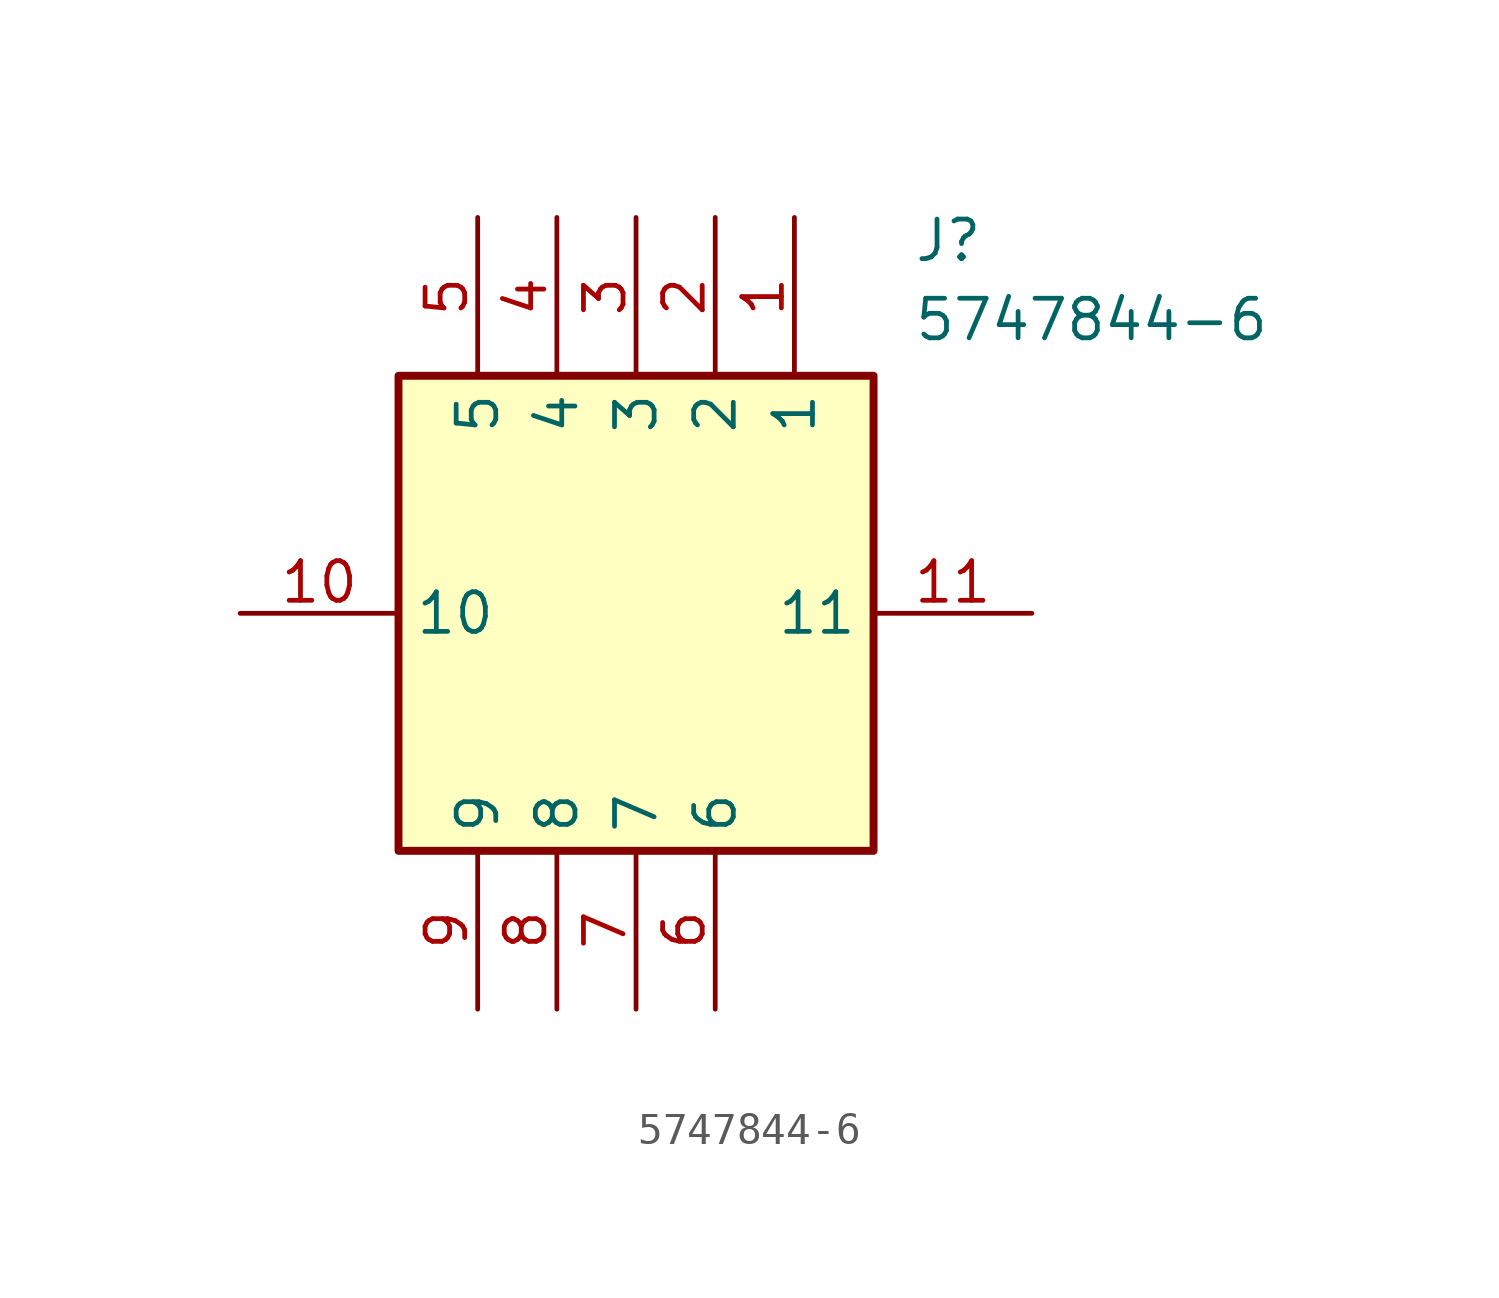
<source format=kicad_sym>
(kicad_symbol_lib
  (version 20211014)
  (generator SamacSys_ECAD_Model)
  (symbol "5747844-6"
    (property "Reference" "J"
      (at 21.59 12.7 0)
      (effects (font (size 1.27 1.27)) (justify left top)))
    (property "Value" "5747844-6"
      (at 21.59 10.16 0)
      (effects (font (size 1.27 1.27)) (justify left top)))
    (rectangle
      (start 5.08 7.62)
      (end 20.32 -7.62)
      (stroke (width 0.254) (type default))
      (fill (type background)))
    (pin passive line
      (at 17.78 12.7 270)
      (length 5.08)
      (name "1" (effects (font (size 1.27 1.27))))
      (number "1" (effects (font (size 1.27 1.27)))))
    (pin passive line
      (at 15.24 12.7 270)
      (length 5.08)
      (name "2" (effects (font (size 1.27 1.27))))
      (number "2" (effects (font (size 1.27 1.27)))))
    (pin passive line
      (at 12.7 12.7 270)
      (length 5.08)
      (name "3" (effects (font (size 1.27 1.27))))
      (number "3" (effects (font (size 1.27 1.27)))))
    (pin passive line
      (at 10.16 12.7 270)
      (length 5.08)
      (name "4" (effects (font (size 1.27 1.27))))
      (number "4" (effects (font (size 1.27 1.27)))))
    (pin passive line
      (at 7.62 12.7 270)
      (length 5.08)
      (name "5" (effects (font (size 1.27 1.27))))
      (number "5" (effects (font (size 1.27 1.27)))))
    (pin passive line
      (at 15.24 -12.7 90)
      (length 5.08)
      (name "6" (effects (font (size 1.27 1.27))))
      (number "6" (effects (font (size 1.27 1.27)))))
    (pin passive line
      (at 12.7 -12.7 90)
      (length 5.08)
      (name "7" (effects (font (size 1.27 1.27))))
      (number "7" (effects (font (size 1.27 1.27)))))
    (pin passive line
      (at 10.16 -12.7 90)
      (length 5.08)
      (name "8" (effects (font (size 1.27 1.27))))
      (number "8" (effects (font (size 1.27 1.27)))))
    (pin passive line
      (at 7.62 -12.7 90)
      (length 5.08)
      (name "9" (effects (font (size 1.27 1.27))))
      (number "9" (effects (font (size 1.27 1.27)))))
    (pin passive line
      (at 0 0 0)
      (length 5.08)
      (name "10" (effects (font (size 1.27 1.27))))
      (number "10" (effects (font (size 1.27 1.27)))))
    (pin passive line
      (at 25.4 0 180)
      (length 5.08)
      (name "11" (effects (font (size 1.27 1.27))))
      (number "11" (effects (font (size 1.27 1.27)))))))
</source>
